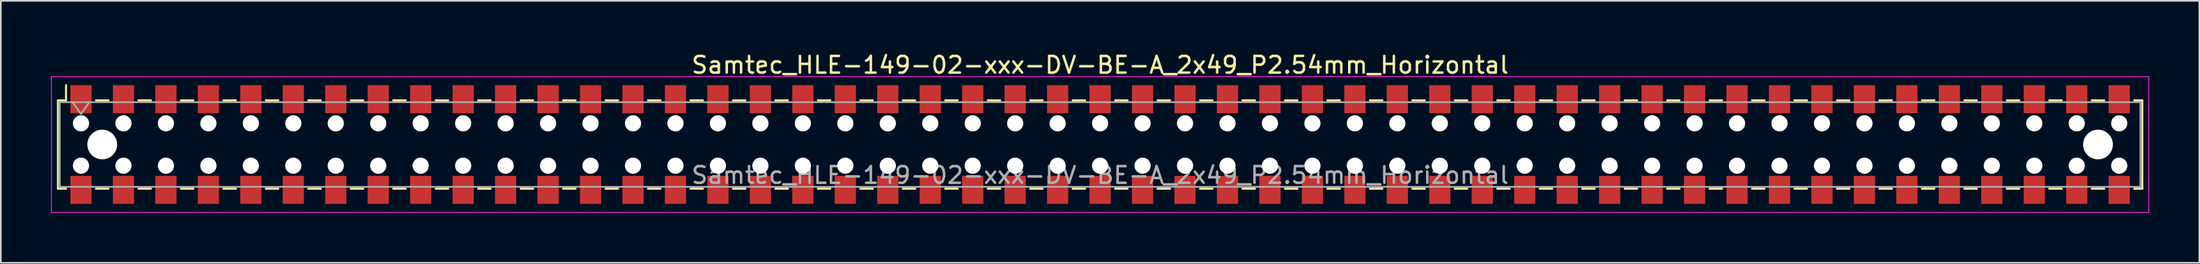
<source format=kicad_pcb>
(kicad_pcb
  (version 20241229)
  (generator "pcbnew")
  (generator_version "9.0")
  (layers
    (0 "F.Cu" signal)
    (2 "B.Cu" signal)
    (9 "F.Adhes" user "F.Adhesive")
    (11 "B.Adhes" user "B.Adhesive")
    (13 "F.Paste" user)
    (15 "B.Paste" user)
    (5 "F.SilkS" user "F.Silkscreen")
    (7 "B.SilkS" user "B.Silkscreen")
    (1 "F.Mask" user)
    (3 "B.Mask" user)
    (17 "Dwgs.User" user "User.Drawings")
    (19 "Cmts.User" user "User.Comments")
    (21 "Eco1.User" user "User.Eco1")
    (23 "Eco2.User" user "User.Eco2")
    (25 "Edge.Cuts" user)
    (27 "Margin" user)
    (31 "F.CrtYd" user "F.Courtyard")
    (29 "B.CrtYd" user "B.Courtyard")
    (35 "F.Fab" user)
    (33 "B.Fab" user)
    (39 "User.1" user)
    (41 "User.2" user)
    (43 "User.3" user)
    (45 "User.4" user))
  (footprint "Samtec_HLE-149-02-xxx-DV-BE-A_2x49_P2.54mm_Horizontal"
    (layer "F.Cu")
    (at 62.755 5.618)
    (property "Reference" "Samtec_HLE-149-02-xxx-DV-BE-A_2x49_P2.54mm_Horizontal" (at 0 -4.77 0) (layer "F.SilkS") (effects (font (size 1 1) (thickness 0.15))))
    (attr smd)
    (fp_line (start -62.34 -2.65) (end -62.34 2.65) (stroke (width 0.12) (type solid)) (layer "F.SilkS"))
    (fp_line (start -62.34 2.65) (end -61.855 2.65) (stroke (width 0.12) (type solid)) (layer "F.SilkS"))
    (fp_line (start -61.855 -3.56) (end -61.855 -2.65) (stroke (width 0.12) (type solid)) (layer "F.SilkS"))
    (fp_line (start -61.855 -2.65) (end -62.34 -2.65) (stroke (width 0.12) (type solid)) (layer "F.SilkS"))
    (fp_line (start -60.065 -2.65) (end -59.315 -2.65) (stroke (width 0.12) (type solid)) (layer "F.SilkS"))
    (fp_line (start -60.065 2.65) (end -59.315 2.65) (stroke (width 0.12) (type solid)) (layer "F.SilkS"))
    (fp_line (start -57.525 -2.65) (end -56.775 -2.65) (stroke (width 0.12) (type solid)) (layer "F.SilkS"))
    (fp_line (start -57.525 2.65) (end -56.775 2.65) (stroke (width 0.12) (type solid)) (layer "F.SilkS"))
    (fp_line (start -54.985 -2.65) (end -54.235 -2.65) (stroke (width 0.12) (type solid)) (layer "F.SilkS"))
    (fp_line (start -54.985 2.65) (end -54.235 2.65) (stroke (width 0.12) (type solid)) (layer "F.SilkS"))
    (fp_line (start -52.445 -2.65) (end -51.695 -2.65) (stroke (width 0.12) (type solid)) (layer "F.SilkS"))
    (fp_line (start -52.445 2.65) (end -51.695 2.65) (stroke (width 0.12) (type solid)) (layer "F.SilkS"))
    (fp_line (start -49.905 -2.65) (end -49.155 -2.65) (stroke (width 0.12) (type solid)) (layer "F.SilkS"))
    (fp_line (start -49.905 2.65) (end -49.155 2.65) (stroke (width 0.12) (type solid)) (layer "F.SilkS"))
    (fp_line (start -47.365 -2.65) (end -46.615 -2.65) (stroke (width 0.12) (type solid)) (layer "F.SilkS"))
    (fp_line (start -47.365 2.65) (end -46.615 2.65) (stroke (width 0.12) (type solid)) (layer "F.SilkS"))
    (fp_line (start -44.825 -2.65) (end -44.075 -2.65) (stroke (width 0.12) (type solid)) (layer "F.SilkS"))
    (fp_line (start -44.825 2.65) (end -44.075 2.65) (stroke (width 0.12) (type solid)) (layer "F.SilkS"))
    (fp_line (start -42.285 -2.65) (end -41.535 -2.65) (stroke (width 0.12) (type solid)) (layer "F.SilkS"))
    (fp_line (start -42.285 2.65) (end -41.535 2.65) (stroke (width 0.12) (type solid)) (layer "F.SilkS"))
    (fp_line (start -39.745 -2.65) (end -38.995 -2.65) (stroke (width 0.12) (type solid)) (layer "F.SilkS"))
    (fp_line (start -39.745 2.65) (end -38.995 2.65) (stroke (width 0.12) (type solid)) (layer "F.SilkS"))
    (fp_line (start -37.205 -2.65) (end -36.455 -2.65) (stroke (width 0.12) (type solid)) (layer "F.SilkS"))
    (fp_line (start -37.205 2.65) (end -36.455 2.65) (stroke (width 0.12) (type solid)) (layer "F.SilkS"))
    (fp_line (start -34.665 -2.65) (end -33.915 -2.65) (stroke (width 0.12) (type solid)) (layer "F.SilkS"))
    (fp_line (start -34.665 2.65) (end -33.915 2.65) (stroke (width 0.12) (type solid)) (layer "F.SilkS"))
    (fp_line (start -32.125 -2.65) (end -31.375 -2.65) (stroke (width 0.12) (type solid)) (layer "F.SilkS"))
    (fp_line (start -32.125 2.65) (end -31.375 2.65) (stroke (width 0.12) (type solid)) (layer "F.SilkS"))
    (fp_line (start -29.585 -2.65) (end -28.835 -2.65) (stroke (width 0.12) (type solid)) (layer "F.SilkS"))
    (fp_line (start -29.585 2.65) (end -28.835 2.65) (stroke (width 0.12) (type solid)) (layer "F.SilkS"))
    (fp_line (start -27.045 -2.65) (end -26.295 -2.65) (stroke (width 0.12) (type solid)) (layer "F.SilkS"))
    (fp_line (start -27.045 2.65) (end -26.295 2.65) (stroke (width 0.12) (type solid)) (layer "F.SilkS"))
    (fp_line (start -24.505 -2.65) (end -23.755 -2.65) (stroke (width 0.12) (type solid)) (layer "F.SilkS"))
    (fp_line (start -24.505 2.65) (end -23.755 2.65) (stroke (width 0.12) (type solid)) (layer "F.SilkS"))
    (fp_line (start -21.965 -2.65) (end -21.215 -2.65) (stroke (width 0.12) (type solid)) (layer "F.SilkS"))
    (fp_line (start -21.965 2.65) (end -21.215 2.65) (stroke (width 0.12) (type solid)) (layer "F.SilkS"))
    (fp_line (start -19.425 -2.65) (end -18.675 -2.65) (stroke (width 0.12) (type solid)) (layer "F.SilkS"))
    (fp_line (start -19.425 2.65) (end -18.675 2.65) (stroke (width 0.12) (type solid)) (layer "F.SilkS"))
    (fp_line (start -16.885 -2.65) (end -16.135 -2.65) (stroke (width 0.12) (type solid)) (layer "F.SilkS"))
    (fp_line (start -16.885 2.65) (end -16.135 2.65) (stroke (width 0.12) (type solid)) (layer "F.SilkS"))
    (fp_line (start -14.345 -2.65) (end -13.595 -2.65) (stroke (width 0.12) (type solid)) (layer "F.SilkS"))
    (fp_line (start -14.345 2.65) (end -13.595 2.65) (stroke (width 0.12) (type solid)) (layer "F.SilkS"))
    (fp_line (start -11.805 -2.65) (end -11.055 -2.65) (stroke (width 0.12) (type solid)) (layer "F.SilkS"))
    (fp_line (start -11.805 2.65) (end -11.055 2.65) (stroke (width 0.12) (type solid)) (layer "F.SilkS"))
    (fp_line (start -9.265 -2.65) (end -8.515 -2.65) (stroke (width 0.12) (type solid)) (layer "F.SilkS"))
    (fp_line (start -9.265 2.65) (end -8.515 2.65) (stroke (width 0.12) (type solid)) (layer "F.SilkS"))
    (fp_line (start -6.725 -2.65) (end -5.975 -2.65) (stroke (width 0.12) (type solid)) (layer "F.SilkS"))
    (fp_line (start -6.725 2.65) (end -5.975 2.65) (stroke (width 0.12) (type solid)) (layer "F.SilkS"))
    (fp_line (start -4.185 -2.65) (end -3.435 -2.65) (stroke (width 0.12) (type solid)) (layer "F.SilkS"))
    (fp_line (start -4.185 2.65) (end -3.435 2.65) (stroke (width 0.12) (type solid)) (layer "F.SilkS"))
    (fp_line (start -1.645 -2.65) (end -0.895 -2.65) (stroke (width 0.12) (type solid)) (layer "F.SilkS"))
    (fp_line (start -1.645 2.65) (end -0.895 2.65) (stroke (width 0.12) (type solid)) (layer "F.SilkS"))
    (fp_line (start 0.895 -2.65) (end 1.645 -2.65) (stroke (width 0.12) (type solid)) (layer "F.SilkS"))
    (fp_line (start 0.895 2.65) (end 1.645 2.65) (stroke (width 0.12) (type solid)) (layer "F.SilkS"))
    (fp_line (start 3.435 -2.65) (end 4.185 -2.65) (stroke (width 0.12) (type solid)) (layer "F.SilkS"))
    (fp_line (start 3.435 2.65) (end 4.185 2.65) (stroke (width 0.12) (type solid)) (layer "F.SilkS"))
    (fp_line (start 5.975 -2.65) (end 6.725 -2.65) (stroke (width 0.12) (type solid)) (layer "F.SilkS"))
    (fp_line (start 5.975 2.65) (end 6.725 2.65) (stroke (width 0.12) (type solid)) (layer "F.SilkS"))
    (fp_line (start 8.515 -2.65) (end 9.265 -2.65) (stroke (width 0.12) (type solid)) (layer "F.SilkS"))
    (fp_line (start 8.515 2.65) (end 9.265 2.65) (stroke (width 0.12) (type solid)) (layer "F.SilkS"))
    (fp_line (start 11.055 -2.65) (end 11.805 -2.65) (stroke (width 0.12) (type solid)) (layer "F.SilkS"))
    (fp_line (start 11.055 2.65) (end 11.805 2.65) (stroke (width 0.12) (type solid)) (layer "F.SilkS"))
    (fp_line (start 13.595 -2.65) (end 14.345 -2.65) (stroke (width 0.12) (type solid)) (layer "F.SilkS"))
    (fp_line (start 13.595 2.65) (end 14.345 2.65) (stroke (width 0.12) (type solid)) (layer "F.SilkS"))
    (fp_line (start 16.135 -2.65) (end 16.885 -2.65) (stroke (width 0.12) (type solid)) (layer "F.SilkS"))
    (fp_line (start 16.135 2.65) (end 16.885 2.65) (stroke (width 0.12) (type solid)) (layer "F.SilkS"))
    (fp_line (start 18.675 -2.65) (end 19.425 -2.65) (stroke (width 0.12) (type solid)) (layer "F.SilkS"))
    (fp_line (start 18.675 2.65) (end 19.425 2.65) (stroke (width 0.12) (type solid)) (layer "F.SilkS"))
    (fp_line (start 21.215 -2.65) (end 21.965 -2.65) (stroke (width 0.12) (type solid)) (layer "F.SilkS"))
    (fp_line (start 21.215 2.65) (end 21.965 2.65) (stroke (width 0.12) (type solid)) (layer "F.SilkS"))
    (fp_line (start 23.755 -2.65) (end 24.505 -2.65) (stroke (width 0.12) (type solid)) (layer "F.SilkS"))
    (fp_line (start 23.755 2.65) (end 24.505 2.65) (stroke (width 0.12) (type solid)) (layer "F.SilkS"))
    (fp_line (start 26.295 -2.65) (end 27.045 -2.65) (stroke (width 0.12) (type solid)) (layer "F.SilkS"))
    (fp_line (start 26.295 2.65) (end 27.045 2.65) (stroke (width 0.12) (type solid)) (layer "F.SilkS"))
    (fp_line (start 28.835 -2.65) (end 29.585 -2.65) (stroke (width 0.12) (type solid)) (layer "F.SilkS"))
    (fp_line (start 28.835 2.65) (end 29.585 2.65) (stroke (width 0.12) (type solid)) (layer "F.SilkS"))
    (fp_line (start 31.375 -2.65) (end 32.125 -2.65) (stroke (width 0.12) (type solid)) (layer "F.SilkS"))
    (fp_line (start 31.375 2.65) (end 32.125 2.65) (stroke (width 0.12) (type solid)) (layer "F.SilkS"))
    (fp_line (start 33.915 -2.65) (end 34.665 -2.65) (stroke (width 0.12) (type solid)) (layer "F.SilkS"))
    (fp_line (start 33.915 2.65) (end 34.665 2.65) (stroke (width 0.12) (type solid)) (layer "F.SilkS"))
    (fp_line (start 36.455 -2.65) (end 37.205 -2.65) (stroke (width 0.12) (type solid)) (layer "F.SilkS"))
    (fp_line (start 36.455 2.65) (end 37.205 2.65) (stroke (width 0.12) (type solid)) (layer "F.SilkS"))
    (fp_line (start 38.995 -2.65) (end 39.745 -2.65) (stroke (width 0.12) (type solid)) (layer "F.SilkS"))
    (fp_line (start 38.995 2.65) (end 39.745 2.65) (stroke (width 0.12) (type solid)) (layer "F.SilkS"))
    (fp_line (start 41.535 -2.65) (end 42.285 -2.65) (stroke (width 0.12) (type solid)) (layer "F.SilkS"))
    (fp_line (start 41.535 2.65) (end 42.285 2.65) (stroke (width 0.12) (type solid)) (layer "F.SilkS"))
    (fp_line (start 44.075 -2.65) (end 44.825 -2.65) (stroke (width 0.12) (type solid)) (layer "F.SilkS"))
    (fp_line (start 44.075 2.65) (end 44.825 2.65) (stroke (width 0.12) (type solid)) (layer "F.SilkS"))
    (fp_line (start 46.615 -2.65) (end 47.365 -2.65) (stroke (width 0.12) (type solid)) (layer "F.SilkS"))
    (fp_line (start 46.615 2.65) (end 47.365 2.65) (stroke (width 0.12) (type solid)) (layer "F.SilkS"))
    (fp_line (start 49.155 -2.65) (end 49.905 -2.65) (stroke (width 0.12) (type solid)) (layer "F.SilkS"))
    (fp_line (start 49.155 2.65) (end 49.905 2.65) (stroke (width 0.12) (type solid)) (layer "F.SilkS"))
    (fp_line (start 51.695 -2.65) (end 52.445 -2.65) (stroke (width 0.12) (type solid)) (layer "F.SilkS"))
    (fp_line (start 51.695 2.65) (end 52.445 2.65) (stroke (width 0.12) (type solid)) (layer "F.SilkS"))
    (fp_line (start 54.235 -2.65) (end 54.985 -2.65) (stroke (width 0.12) (type solid)) (layer "F.SilkS"))
    (fp_line (start 54.235 2.65) (end 54.985 2.65) (stroke (width 0.12) (type solid)) (layer "F.SilkS"))
    (fp_line (start 56.775 -2.65) (end 57.525 -2.65) (stroke (width 0.12) (type solid)) (layer "F.SilkS"))
    (fp_line (start 56.775 2.65) (end 57.525 2.65) (stroke (width 0.12) (type solid)) (layer "F.SilkS"))
    (fp_line (start 59.315 -2.65) (end 60.065 -2.65) (stroke (width 0.12) (type solid)) (layer "F.SilkS"))
    (fp_line (start 59.315 2.65) (end 60.065 2.65) (stroke (width 0.12) (type solid)) (layer "F.SilkS"))
    (fp_line (start 61.855 -2.65) (end 62.34 -2.65) (stroke (width 0.12) (type solid)) (layer "F.SilkS"))
    (fp_line (start 62.34 -2.65) (end 62.34 2.65) (stroke (width 0.12) (type solid)) (layer "F.SilkS"))
    (fp_line (start 62.34 2.65) (end 61.855 2.65) (stroke (width 0.12) (type solid)) (layer "F.SilkS"))
    (fp_line (start -62.73 -4.07) (end 62.73 -4.07) (stroke (width 0.05) (type solid)) (layer "F.CrtYd"))
    (fp_line (start -62.73 4.07) (end -62.73 -4.07) (stroke (width 0.05) (type solid)) (layer "F.CrtYd"))
    (fp_line (start 62.73 -4.07) (end 62.73 4.07) (stroke (width 0.05) (type solid)) (layer "F.CrtYd"))
    (fp_line (start 62.73 4.07) (end -62.73 4.07) (stroke (width 0.05) (type solid)) (layer "F.CrtYd"))
    (fp_line (start -62.23 -2.54) (end 62.23 -2.54) (stroke (width 0.1) (type solid)) (layer "F.Fab"))
    (fp_line (start -62.23 2.54) (end -62.23 -2.54) (stroke (width 0.1) (type solid)) (layer "F.Fab"))
    (fp_line (start -61.46 -2.54) (end -60.96 -1.833) (stroke (width 0.1) (type solid)) (layer "F.Fab"))
    (fp_line (start -60.96 -1.833) (end -60.46 -2.54) (stroke (width 0.1) (type solid)) (layer "F.Fab"))
    (fp_line (start 62.23 -2.54) (end 62.23 2.54) (stroke (width 0.1) (type solid)) (layer "F.Fab"))
    (fp_line (start 62.23 2.54) (end -62.23 2.54) (stroke (width 0.1) (type solid)) (layer "F.Fab"))
    (fp_text user "${REFERENCE}" (at 0 1.84 0) (layer "F.Fab") (effects (font (size 1 1) (thickness 0.15))))
    (pad "" np_thru_hole circle (at -60.96 -1.27) (size 0.97 0.97) (drill 0.97) (layers "*.Cu" "*.Mask"))
    (pad "" np_thru_hole circle (at -60.96 1.27) (size 0.97 0.97) (drill 0.97) (layers "*.Cu" "*.Mask"))
    (pad "" np_thru_hole circle (at -59.69 0) (size 1.78 1.78) (drill 1.78) (layers "*.Cu" "*.Mask"))
    (pad "" np_thru_hole circle (at -58.42 -1.27) (size 0.97 0.97) (drill 0.97) (layers "*.Cu" "*.Mask"))
    (pad "" np_thru_hole circle (at -58.42 1.27) (size 0.97 0.97) (drill 0.97) (layers "*.Cu" "*.Mask"))
    (pad "" np_thru_hole circle (at -55.88 -1.27) (size 0.97 0.97) (drill 0.97) (layers "*.Cu" "*.Mask"))
    (pad "" np_thru_hole circle (at -55.88 1.27) (size 0.97 0.97) (drill 0.97) (layers "*.Cu" "*.Mask"))
    (pad "" np_thru_hole circle (at -53.34 -1.27) (size 0.97 0.97) (drill 0.97) (layers "*.Cu" "*.Mask"))
    (pad "" np_thru_hole circle (at -53.34 1.27) (size 0.97 0.97) (drill 0.97) (layers "*.Cu" "*.Mask"))
    (pad "" np_thru_hole circle (at -50.8 -1.27) (size 0.97 0.97) (drill 0.97) (layers "*.Cu" "*.Mask"))
    (pad "" np_thru_hole circle (at -50.8 1.27) (size 0.97 0.97) (drill 0.97) (layers "*.Cu" "*.Mask"))
    (pad "" np_thru_hole circle (at -48.26 -1.27) (size 0.97 0.97) (drill 0.97) (layers "*.Cu" "*.Mask"))
    (pad "" np_thru_hole circle (at -48.26 1.27) (size 0.97 0.97) (drill 0.97) (layers "*.Cu" "*.Mask"))
    (pad "" np_thru_hole circle (at -45.72 -1.27) (size 0.97 0.97) (drill 0.97) (layers "*.Cu" "*.Mask"))
    (pad "" np_thru_hole circle (at -45.72 1.27) (size 0.97 0.97) (drill 0.97) (layers "*.Cu" "*.Mask"))
    (pad "" np_thru_hole circle (at -43.18 -1.27) (size 0.97 0.97) (drill 0.97) (layers "*.Cu" "*.Mask"))
    (pad "" np_thru_hole circle (at -43.18 1.27) (size 0.97 0.97) (drill 0.97) (layers "*.Cu" "*.Mask"))
    (pad "" np_thru_hole circle (at -40.64 -1.27) (size 0.97 0.97) (drill 0.97) (layers "*.Cu" "*.Mask"))
    (pad "" np_thru_hole circle (at -40.64 1.27) (size 0.97 0.97) (drill 0.97) (layers "*.Cu" "*.Mask"))
    (pad "" np_thru_hole circle (at -38.1 -1.27) (size 0.97 0.97) (drill 0.97) (layers "*.Cu" "*.Mask"))
    (pad "" np_thru_hole circle (at -38.1 1.27) (size 0.97 0.97) (drill 0.97) (layers "*.Cu" "*.Mask"))
    (pad "" np_thru_hole circle (at -35.56 -1.27) (size 0.97 0.97) (drill 0.97) (layers "*.Cu" "*.Mask"))
    (pad "" np_thru_hole circle (at -35.56 1.27) (size 0.97 0.97) (drill 0.97) (layers "*.Cu" "*.Mask"))
    (pad "" np_thru_hole circle (at -33.02 -1.27) (size 0.97 0.97) (drill 0.97) (layers "*.Cu" "*.Mask"))
    (pad "" np_thru_hole circle (at -33.02 1.27) (size 0.97 0.97) (drill 0.97) (layers "*.Cu" "*.Mask"))
    (pad "" np_thru_hole circle (at -30.48 -1.27) (size 0.97 0.97) (drill 0.97) (layers "*.Cu" "*.Mask"))
    (pad "" np_thru_hole circle (at -30.48 1.27) (size 0.97 0.97) (drill 0.97) (layers "*.Cu" "*.Mask"))
    (pad "" np_thru_hole circle (at -27.94 -1.27) (size 0.97 0.97) (drill 0.97) (layers "*.Cu" "*.Mask"))
    (pad "" np_thru_hole circle (at -27.94 1.27) (size 0.97 0.97) (drill 0.97) (layers "*.Cu" "*.Mask"))
    (pad "" np_thru_hole circle (at -25.4 -1.27) (size 0.97 0.97) (drill 0.97) (layers "*.Cu" "*.Mask"))
    (pad "" np_thru_hole circle (at -25.4 1.27) (size 0.97 0.97) (drill 0.97) (layers "*.Cu" "*.Mask"))
    (pad "" np_thru_hole circle (at -22.86 -1.27) (size 0.97 0.97) (drill 0.97) (layers "*.Cu" "*.Mask"))
    (pad "" np_thru_hole circle (at -22.86 1.27) (size 0.97 0.97) (drill 0.97) (layers "*.Cu" "*.Mask"))
    (pad "" np_thru_hole circle (at -20.32 -1.27) (size 0.97 0.97) (drill 0.97) (layers "*.Cu" "*.Mask"))
    (pad "" np_thru_hole circle (at -20.32 1.27) (size 0.97 0.97) (drill 0.97) (layers "*.Cu" "*.Mask"))
    (pad "" np_thru_hole circle (at -17.78 -1.27) (size 0.97 0.97) (drill 0.97) (layers "*.Cu" "*.Mask"))
    (pad "" np_thru_hole circle (at -17.78 1.27) (size 0.97 0.97) (drill 0.97) (layers "*.Cu" "*.Mask"))
    (pad "" np_thru_hole circle (at -15.24 -1.27) (size 0.97 0.97) (drill 0.97) (layers "*.Cu" "*.Mask"))
    (pad "" np_thru_hole circle (at -15.24 1.27) (size 0.97 0.97) (drill 0.97) (layers "*.Cu" "*.Mask"))
    (pad "" np_thru_hole circle (at -12.7 -1.27) (size 0.97 0.97) (drill 0.97) (layers "*.Cu" "*.Mask"))
    (pad "" np_thru_hole circle (at -12.7 1.27) (size 0.97 0.97) (drill 0.97) (layers "*.Cu" "*.Mask"))
    (pad "" np_thru_hole circle (at -10.16 -1.27) (size 0.97 0.97) (drill 0.97) (layers "*.Cu" "*.Mask"))
    (pad "" np_thru_hole circle (at -10.16 1.27) (size 0.97 0.97) (drill 0.97) (layers "*.Cu" "*.Mask"))
    (pad "" np_thru_hole circle (at -7.62 -1.27) (size 0.97 0.97) (drill 0.97) (layers "*.Cu" "*.Mask"))
    (pad "" np_thru_hole circle (at -7.62 1.27) (size 0.97 0.97) (drill 0.97) (layers "*.Cu" "*.Mask"))
    (pad "" np_thru_hole circle (at -5.08 -1.27) (size 0.97 0.97) (drill 0.97) (layers "*.Cu" "*.Mask"))
    (pad "" np_thru_hole circle (at -5.08 1.27) (size 0.97 0.97) (drill 0.97) (layers "*.Cu" "*.Mask"))
    (pad "" np_thru_hole circle (at -2.54 -1.27) (size 0.97 0.97) (drill 0.97) (layers "*.Cu" "*.Mask"))
    (pad "" np_thru_hole circle (at -2.54 1.27) (size 0.97 0.97) (drill 0.97) (layers "*.Cu" "*.Mask"))
    (pad "" np_thru_hole circle (at 0 -1.27) (size 0.97 0.97) (drill 0.97) (layers "*.Cu" "*.Mask"))
    (pad "" np_thru_hole circle (at 0 1.27) (size 0.97 0.97) (drill 0.97) (layers "*.Cu" "*.Mask"))
    (pad "" np_thru_hole circle (at 2.54 -1.27) (size 0.97 0.97) (drill 0.97) (layers "*.Cu" "*.Mask"))
    (pad "" np_thru_hole circle (at 2.54 1.27) (size 0.97 0.97) (drill 0.97) (layers "*.Cu" "*.Mask"))
    (pad "" np_thru_hole circle (at 5.08 -1.27) (size 0.97 0.97) (drill 0.97) (layers "*.Cu" "*.Mask"))
    (pad "" np_thru_hole circle (at 5.08 1.27) (size 0.97 0.97) (drill 0.97) (layers "*.Cu" "*.Mask"))
    (pad "" np_thru_hole circle (at 7.62 -1.27) (size 0.97 0.97) (drill 0.97) (layers "*.Cu" "*.Mask"))
    (pad "" np_thru_hole circle (at 7.62 1.27) (size 0.97 0.97) (drill 0.97) (layers "*.Cu" "*.Mask"))
    (pad "" np_thru_hole circle (at 10.16 -1.27) (size 0.97 0.97) (drill 0.97) (layers "*.Cu" "*.Mask"))
    (pad "" np_thru_hole circle (at 10.16 1.27) (size 0.97 0.97) (drill 0.97) (layers "*.Cu" "*.Mask"))
    (pad "" np_thru_hole circle (at 12.7 -1.27) (size 0.97 0.97) (drill 0.97) (layers "*.Cu" "*.Mask"))
    (pad "" np_thru_hole circle (at 12.7 1.27) (size 0.97 0.97) (drill 0.97) (layers "*.Cu" "*.Mask"))
    (pad "" np_thru_hole circle (at 15.24 -1.27) (size 0.97 0.97) (drill 0.97) (layers "*.Cu" "*.Mask"))
    (pad "" np_thru_hole circle (at 15.24 1.27) (size 0.97 0.97) (drill 0.97) (layers "*.Cu" "*.Mask"))
    (pad "" np_thru_hole circle (at 17.78 -1.27) (size 0.97 0.97) (drill 0.97) (layers "*.Cu" "*.Mask"))
    (pad "" np_thru_hole circle (at 17.78 1.27) (size 0.97 0.97) (drill 0.97) (layers "*.Cu" "*.Mask"))
    (pad "" np_thru_hole circle (at 20.32 -1.27) (size 0.97 0.97) (drill 0.97) (layers "*.Cu" "*.Mask"))
    (pad "" np_thru_hole circle (at 20.32 1.27) (size 0.97 0.97) (drill 0.97) (layers "*.Cu" "*.Mask"))
    (pad "" np_thru_hole circle (at 22.86 -1.27) (size 0.97 0.97) (drill 0.97) (layers "*.Cu" "*.Mask"))
    (pad "" np_thru_hole circle (at 22.86 1.27) (size 0.97 0.97) (drill 0.97) (layers "*.Cu" "*.Mask"))
    (pad "" np_thru_hole circle (at 25.4 -1.27) (size 0.97 0.97) (drill 0.97) (layers "*.Cu" "*.Mask"))
    (pad "" np_thru_hole circle (at 25.4 1.27) (size 0.97 0.97) (drill 0.97) (layers "*.Cu" "*.Mask"))
    (pad "" np_thru_hole circle (at 27.94 -1.27) (size 0.97 0.97) (drill 0.97) (layers "*.Cu" "*.Mask"))
    (pad "" np_thru_hole circle (at 27.94 1.27) (size 0.97 0.97) (drill 0.97) (layers "*.Cu" "*.Mask"))
    (pad "" np_thru_hole circle (at 30.48 -1.27) (size 0.97 0.97) (drill 0.97) (layers "*.Cu" "*.Mask"))
    (pad "" np_thru_hole circle (at 30.48 1.27) (size 0.97 0.97) (drill 0.97) (layers "*.Cu" "*.Mask"))
    (pad "" np_thru_hole circle (at 33.02 -1.27) (size 0.97 0.97) (drill 0.97) (layers "*.Cu" "*.Mask"))
    (pad "" np_thru_hole circle (at 33.02 1.27) (size 0.97 0.97) (drill 0.97) (layers "*.Cu" "*.Mask"))
    (pad "" np_thru_hole circle (at 35.56 -1.27) (size 0.97 0.97) (drill 0.97) (layers "*.Cu" "*.Mask"))
    (pad "" np_thru_hole circle (at 35.56 1.27) (size 0.97 0.97) (drill 0.97) (layers "*.Cu" "*.Mask"))
    (pad "" np_thru_hole circle (at 38.1 -1.27) (size 0.97 0.97) (drill 0.97) (layers "*.Cu" "*.Mask"))
    (pad "" np_thru_hole circle (at 38.1 1.27) (size 0.97 0.97) (drill 0.97) (layers "*.Cu" "*.Mask"))
    (pad "" np_thru_hole circle (at 40.64 -1.27) (size 0.97 0.97) (drill 0.97) (layers "*.Cu" "*.Mask"))
    (pad "" np_thru_hole circle (at 40.64 1.27) (size 0.97 0.97) (drill 0.97) (layers "*.Cu" "*.Mask"))
    (pad "" np_thru_hole circle (at 43.18 -1.27) (size 0.97 0.97) (drill 0.97) (layers "*.Cu" "*.Mask"))
    (pad "" np_thru_hole circle (at 43.18 1.27) (size 0.97 0.97) (drill 0.97) (layers "*.Cu" "*.Mask"))
    (pad "" np_thru_hole circle (at 45.72 -1.27) (size 0.97 0.97) (drill 0.97) (layers "*.Cu" "*.Mask"))
    (pad "" np_thru_hole circle (at 45.72 1.27) (size 0.97 0.97) (drill 0.97) (layers "*.Cu" "*.Mask"))
    (pad "" np_thru_hole circle (at 48.26 -1.27) (size 0.97 0.97) (drill 0.97) (layers "*.Cu" "*.Mask"))
    (pad "" np_thru_hole circle (at 48.26 1.27) (size 0.97 0.97) (drill 0.97) (layers "*.Cu" "*.Mask"))
    (pad "" np_thru_hole circle (at 50.8 -1.27) (size 0.97 0.97) (drill 0.97) (layers "*.Cu" "*.Mask"))
    (pad "" np_thru_hole circle (at 50.8 1.27) (size 0.97 0.97) (drill 0.97) (layers "*.Cu" "*.Mask"))
    (pad "" np_thru_hole circle (at 53.34 -1.27) (size 0.97 0.97) (drill 0.97) (layers "*.Cu" "*.Mask"))
    (pad "" np_thru_hole circle (at 53.34 1.27) (size 0.97 0.97) (drill 0.97) (layers "*.Cu" "*.Mask"))
    (pad "" np_thru_hole circle (at 55.88 -1.27) (size 0.97 0.97) (drill 0.97) (layers "*.Cu" "*.Mask"))
    (pad "" np_thru_hole circle (at 55.88 1.27) (size 0.97 0.97) (drill 0.97) (layers "*.Cu" "*.Mask"))
    (pad "" np_thru_hole circle (at 58.42 -1.27) (size 0.97 0.97) (drill 0.97) (layers "*.Cu" "*.Mask"))
    (pad "" np_thru_hole circle (at 58.42 1.27) (size 0.97 0.97) (drill 0.97) (layers "*.Cu" "*.Mask"))
    (pad "" np_thru_hole circle (at 59.69 0) (size 1.78 1.78) (drill 1.78) (layers "*.Cu" "*.Mask"))
    (pad "" np_thru_hole circle (at 60.96 -1.27) (size 0.97 0.97) (drill 0.97) (layers "*.Cu" "*.Mask"))
    (pad "" np_thru_hole circle (at 60.96 1.27) (size 0.97 0.97) (drill 0.97) (layers "*.Cu" "*.Mask"))
    (pad "1" smd rect (at -60.96 -2.72) (size 1.27 1.68) (layers "F.Cu" "F.Mask" "F.Paste"))
    (pad "2" smd rect (at -60.96 2.72) (size 1.27 1.68) (layers "F.Cu" "F.Mask" "F.Paste"))
    (pad "3" smd rect (at -58.42 -2.72) (size 1.27 1.68) (layers "F.Cu" "F.Mask" "F.Paste"))
    (pad "4" smd rect (at -58.42 2.72) (size 1.27 1.68) (layers "F.Cu" "F.Mask" "F.Paste"))
    (pad "5" smd rect (at -55.88 -2.72) (size 1.27 1.68) (layers "F.Cu" "F.Mask" "F.Paste"))
    (pad "6" smd rect (at -55.88 2.72) (size 1.27 1.68) (layers "F.Cu" "F.Mask" "F.Paste"))
    (pad "7" smd rect (at -53.34 -2.72) (size 1.27 1.68) (layers "F.Cu" "F.Mask" "F.Paste"))
    (pad "8" smd rect (at -53.34 2.72) (size 1.27 1.68) (layers "F.Cu" "F.Mask" "F.Paste"))
    (pad "9" smd rect (at -50.8 -2.72) (size 1.27 1.68) (layers "F.Cu" "F.Mask" "F.Paste"))
    (pad "10" smd rect (at -50.8 2.72) (size 1.27 1.68) (layers "F.Cu" "F.Mask" "F.Paste"))
    (pad "11" smd rect (at -48.26 -2.72) (size 1.27 1.68) (layers "F.Cu" "F.Mask" "F.Paste"))
    (pad "12" smd rect (at -48.26 2.72) (size 1.27 1.68) (layers "F.Cu" "F.Mask" "F.Paste"))
    (pad "13" smd rect (at -45.72 -2.72) (size 1.27 1.68) (layers "F.Cu" "F.Mask" "F.Paste"))
    (pad "14" smd rect (at -45.72 2.72) (size 1.27 1.68) (layers "F.Cu" "F.Mask" "F.Paste"))
    (pad "15" smd rect (at -43.18 -2.72) (size 1.27 1.68) (layers "F.Cu" "F.Mask" "F.Paste"))
    (pad "16" smd rect (at -43.18 2.72) (size 1.27 1.68) (layers "F.Cu" "F.Mask" "F.Paste"))
    (pad "17" smd rect (at -40.64 -2.72) (size 1.27 1.68) (layers "F.Cu" "F.Mask" "F.Paste"))
    (pad "18" smd rect (at -40.64 2.72) (size 1.27 1.68) (layers "F.Cu" "F.Mask" "F.Paste"))
    (pad "19" smd rect (at -38.1 -2.72) (size 1.27 1.68) (layers "F.Cu" "F.Mask" "F.Paste"))
    (pad "20" smd rect (at -38.1 2.72) (size 1.27 1.68) (layers "F.Cu" "F.Mask" "F.Paste"))
    (pad "21" smd rect (at -35.56 -2.72) (size 1.27 1.68) (layers "F.Cu" "F.Mask" "F.Paste"))
    (pad "22" smd rect (at -35.56 2.72) (size 1.27 1.68) (layers "F.Cu" "F.Mask" "F.Paste"))
    (pad "23" smd rect (at -33.02 -2.72) (size 1.27 1.68) (layers "F.Cu" "F.Mask" "F.Paste"))
    (pad "24" smd rect (at -33.02 2.72) (size 1.27 1.68) (layers "F.Cu" "F.Mask" "F.Paste"))
    (pad "25" smd rect (at -30.48 -2.72) (size 1.27 1.68) (layers "F.Cu" "F.Mask" "F.Paste"))
    (pad "26" smd rect (at -30.48 2.72) (size 1.27 1.68) (layers "F.Cu" "F.Mask" "F.Paste"))
    (pad "27" smd rect (at -27.94 -2.72) (size 1.27 1.68) (layers "F.Cu" "F.Mask" "F.Paste"))
    (pad "28" smd rect (at -27.94 2.72) (size 1.27 1.68) (layers "F.Cu" "F.Mask" "F.Paste"))
    (pad "29" smd rect (at -25.4 -2.72) (size 1.27 1.68) (layers "F.Cu" "F.Mask" "F.Paste"))
    (pad "30" smd rect (at -25.4 2.72) (size 1.27 1.68) (layers "F.Cu" "F.Mask" "F.Paste"))
    (pad "31" smd rect (at -22.86 -2.72) (size 1.27 1.68) (layers "F.Cu" "F.Mask" "F.Paste"))
    (pad "32" smd rect (at -22.86 2.72) (size 1.27 1.68) (layers "F.Cu" "F.Mask" "F.Paste"))
    (pad "33" smd rect (at -20.32 -2.72) (size 1.27 1.68) (layers "F.Cu" "F.Mask" "F.Paste"))
    (pad "34" smd rect (at -20.32 2.72) (size 1.27 1.68) (layers "F.Cu" "F.Mask" "F.Paste"))
    (pad "35" smd rect (at -17.78 -2.72) (size 1.27 1.68) (layers "F.Cu" "F.Mask" "F.Paste"))
    (pad "36" smd rect (at -17.78 2.72) (size 1.27 1.68) (layers "F.Cu" "F.Mask" "F.Paste"))
    (pad "37" smd rect (at -15.24 -2.72) (size 1.27 1.68) (layers "F.Cu" "F.Mask" "F.Paste"))
    (pad "38" smd rect (at -15.24 2.72) (size 1.27 1.68) (layers "F.Cu" "F.Mask" "F.Paste"))
    (pad "39" smd rect (at -12.7 -2.72) (size 1.27 1.68) (layers "F.Cu" "F.Mask" "F.Paste"))
    (pad "40" smd rect (at -12.7 2.72) (size 1.27 1.68) (layers "F.Cu" "F.Mask" "F.Paste"))
    (pad "41" smd rect (at -10.16 -2.72) (size 1.27 1.68) (layers "F.Cu" "F.Mask" "F.Paste"))
    (pad "42" smd rect (at -10.16 2.72) (size 1.27 1.68) (layers "F.Cu" "F.Mask" "F.Paste"))
    (pad "43" smd rect (at -7.62 -2.72) (size 1.27 1.68) (layers "F.Cu" "F.Mask" "F.Paste"))
    (pad "44" smd rect (at -7.62 2.72) (size 1.27 1.68) (layers "F.Cu" "F.Mask" "F.Paste"))
    (pad "45" smd rect (at -5.08 -2.72) (size 1.27 1.68) (layers "F.Cu" "F.Mask" "F.Paste"))
    (pad "46" smd rect (at -5.08 2.72) (size 1.27 1.68) (layers "F.Cu" "F.Mask" "F.Paste"))
    (pad "47" smd rect (at -2.54 -2.72) (size 1.27 1.68) (layers "F.Cu" "F.Mask" "F.Paste"))
    (pad "48" smd rect (at -2.54 2.72) (size 1.27 1.68) (layers "F.Cu" "F.Mask" "F.Paste"))
    (pad "49" smd rect (at 0 -2.72) (size 1.27 1.68) (layers "F.Cu" "F.Mask" "F.Paste"))
    (pad "50" smd rect (at 0 2.72) (size 1.27 1.68) (layers "F.Cu" "F.Mask" "F.Paste"))
    (pad "51" smd rect (at 2.54 -2.72) (size 1.27 1.68) (layers "F.Cu" "F.Mask" "F.Paste"))
    (pad "52" smd rect (at 2.54 2.72) (size 1.27 1.68) (layers "F.Cu" "F.Mask" "F.Paste"))
    (pad "53" smd rect (at 5.08 -2.72) (size 1.27 1.68) (layers "F.Cu" "F.Mask" "F.Paste"))
    (pad "54" smd rect (at 5.08 2.72) (size 1.27 1.68) (layers "F.Cu" "F.Mask" "F.Paste"))
    (pad "55" smd rect (at 7.62 -2.72) (size 1.27 1.68) (layers "F.Cu" "F.Mask" "F.Paste"))
    (pad "56" smd rect (at 7.62 2.72) (size 1.27 1.68) (layers "F.Cu" "F.Mask" "F.Paste"))
    (pad "57" smd rect (at 10.16 -2.72) (size 1.27 1.68) (layers "F.Cu" "F.Mask" "F.Paste"))
    (pad "58" smd rect (at 10.16 2.72) (size 1.27 1.68) (layers "F.Cu" "F.Mask" "F.Paste"))
    (pad "59" smd rect (at 12.7 -2.72) (size 1.27 1.68) (layers "F.Cu" "F.Mask" "F.Paste"))
    (pad "60" smd rect (at 12.7 2.72) (size 1.27 1.68) (layers "F.Cu" "F.Mask" "F.Paste"))
    (pad "61" smd rect (at 15.24 -2.72) (size 1.27 1.68) (layers "F.Cu" "F.Mask" "F.Paste"))
    (pad "62" smd rect (at 15.24 2.72) (size 1.27 1.68) (layers "F.Cu" "F.Mask" "F.Paste"))
    (pad "63" smd rect (at 17.78 -2.72) (size 1.27 1.68) (layers "F.Cu" "F.Mask" "F.Paste"))
    (pad "64" smd rect (at 17.78 2.72) (size 1.27 1.68) (layers "F.Cu" "F.Mask" "F.Paste"))
    (pad "65" smd rect (at 20.32 -2.72) (size 1.27 1.68) (layers "F.Cu" "F.Mask" "F.Paste"))
    (pad "66" smd rect (at 20.32 2.72) (size 1.27 1.68) (layers "F.Cu" "F.Mask" "F.Paste"))
    (pad "67" smd rect (at 22.86 -2.72) (size 1.27 1.68) (layers "F.Cu" "F.Mask" "F.Paste"))
    (pad "68" smd rect (at 22.86 2.72) (size 1.27 1.68) (layers "F.Cu" "F.Mask" "F.Paste"))
    (pad "69" smd rect (at 25.4 -2.72) (size 1.27 1.68) (layers "F.Cu" "F.Mask" "F.Paste"))
    (pad "70" smd rect (at 25.4 2.72) (size 1.27 1.68) (layers "F.Cu" "F.Mask" "F.Paste"))
    (pad "71" smd rect (at 27.94 -2.72) (size 1.27 1.68) (layers "F.Cu" "F.Mask" "F.Paste"))
    (pad "72" smd rect (at 27.94 2.72) (size 1.27 1.68) (layers "F.Cu" "F.Mask" "F.Paste"))
    (pad "73" smd rect (at 30.48 -2.72) (size 1.27 1.68) (layers "F.Cu" "F.Mask" "F.Paste"))
    (pad "74" smd rect (at 30.48 2.72) (size 1.27 1.68) (layers "F.Cu" "F.Mask" "F.Paste"))
    (pad "75" smd rect (at 33.02 -2.72) (size 1.27 1.68) (layers "F.Cu" "F.Mask" "F.Paste"))
    (pad "76" smd rect (at 33.02 2.72) (size 1.27 1.68) (layers "F.Cu" "F.Mask" "F.Paste"))
    (pad "77" smd rect (at 35.56 -2.72) (size 1.27 1.68) (layers "F.Cu" "F.Mask" "F.Paste"))
    (pad "78" smd rect (at 35.56 2.72) (size 1.27 1.68) (layers "F.Cu" "F.Mask" "F.Paste"))
    (pad "79" smd rect (at 38.1 -2.72) (size 1.27 1.68) (layers "F.Cu" "F.Mask" "F.Paste"))
    (pad "80" smd rect (at 38.1 2.72) (size 1.27 1.68) (layers "F.Cu" "F.Mask" "F.Paste"))
    (pad "81" smd rect (at 40.64 -2.72) (size 1.27 1.68) (layers "F.Cu" "F.Mask" "F.Paste"))
    (pad "82" smd rect (at 40.64 2.72) (size 1.27 1.68) (layers "F.Cu" "F.Mask" "F.Paste"))
    (pad "83" smd rect (at 43.18 -2.72) (size 1.27 1.68) (layers "F.Cu" "F.Mask" "F.Paste"))
    (pad "84" smd rect (at 43.18 2.72) (size 1.27 1.68) (layers "F.Cu" "F.Mask" "F.Paste"))
    (pad "85" smd rect (at 45.72 -2.72) (size 1.27 1.68) (layers "F.Cu" "F.Mask" "F.Paste"))
    (pad "86" smd rect (at 45.72 2.72) (size 1.27 1.68) (layers "F.Cu" "F.Mask" "F.Paste"))
    (pad "87" smd rect (at 48.26 -2.72) (size 1.27 1.68) (layers "F.Cu" "F.Mask" "F.Paste"))
    (pad "88" smd rect (at 48.26 2.72) (size 1.27 1.68) (layers "F.Cu" "F.Mask" "F.Paste"))
    (pad "89" smd rect (at 50.8 -2.72) (size 1.27 1.68) (layers "F.Cu" "F.Mask" "F.Paste"))
    (pad "90" smd rect (at 50.8 2.72) (size 1.27 1.68) (layers "F.Cu" "F.Mask" "F.Paste"))
    (pad "91" smd rect (at 53.34 -2.72) (size 1.27 1.68) (layers "F.Cu" "F.Mask" "F.Paste"))
    (pad "92" smd rect (at 53.34 2.72) (size 1.27 1.68) (layers "F.Cu" "F.Mask" "F.Paste"))
    (pad "93" smd rect (at 55.88 -2.72) (size 1.27 1.68) (layers "F.Cu" "F.Mask" "F.Paste"))
    (pad "94" smd rect (at 55.88 2.72) (size 1.27 1.68) (layers "F.Cu" "F.Mask" "F.Paste"))
    (pad "95" smd rect (at 58.42 -2.72) (size 1.27 1.68) (layers "F.Cu" "F.Mask" "F.Paste"))
    (pad "96" smd rect (at 58.42 2.72) (size 1.27 1.68) (layers "F.Cu" "F.Mask" "F.Paste"))
    (pad "97" smd rect (at 60.96 -2.72) (size 1.27 1.68) (layers "F.Cu" "F.Mask" "F.Paste"))
    (pad "98" smd rect (at 60.96 2.72) (size 1.27 1.68) (layers "F.Cu" "F.Mask" "F.Paste")))
  (gr_rect
    (start -3 -3)
    (end 128.51 12.713)
    (stroke (width 0.1) (type default))
    (fill no)
    (layer "Edge.Cuts")))
</source>
